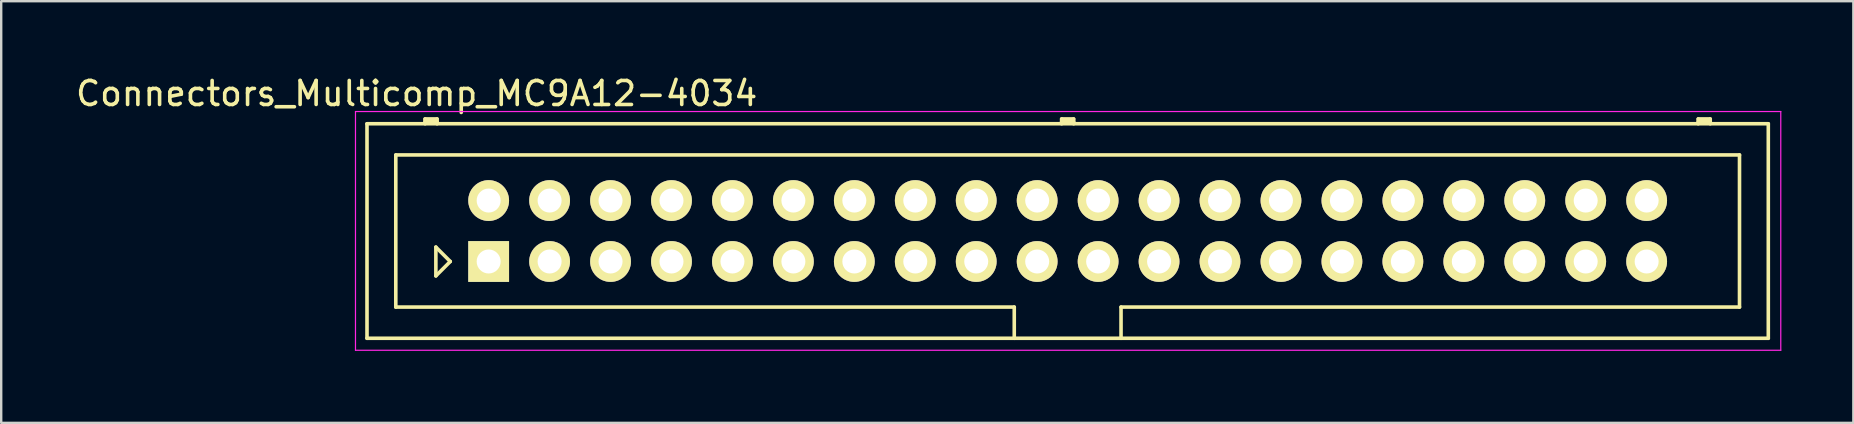
<source format=kicad_pcb>
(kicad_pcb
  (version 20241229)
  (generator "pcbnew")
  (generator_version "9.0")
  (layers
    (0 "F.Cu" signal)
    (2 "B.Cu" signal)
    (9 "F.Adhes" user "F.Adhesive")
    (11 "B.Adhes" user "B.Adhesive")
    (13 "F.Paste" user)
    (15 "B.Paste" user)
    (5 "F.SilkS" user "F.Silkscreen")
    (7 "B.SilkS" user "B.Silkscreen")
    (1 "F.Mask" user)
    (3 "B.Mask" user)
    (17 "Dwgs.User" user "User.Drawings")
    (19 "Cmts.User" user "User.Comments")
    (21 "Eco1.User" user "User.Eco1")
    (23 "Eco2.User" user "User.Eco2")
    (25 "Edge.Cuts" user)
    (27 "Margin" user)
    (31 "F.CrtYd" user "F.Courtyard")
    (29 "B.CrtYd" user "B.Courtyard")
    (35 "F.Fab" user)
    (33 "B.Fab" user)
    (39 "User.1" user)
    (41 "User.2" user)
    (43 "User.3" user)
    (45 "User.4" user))
  (footprint "Connectors_Multicomp_MC9A12-4034"
    (layer "F.Cu")
    (at 17.315 7.848)
    (property "Reference" "Connectors_Multicomp_MC9A12-4034" (at -3 -7 0) (layer "F.SilkS") (effects (font (size 1 1) (thickness 0.15))))
    (attr through_hole)
    (fp_line (start -5.07 -5.74) (end 53.33 -5.74) (stroke (width 0.15) (type solid)) (layer "F.SilkS"))
    (fp_line (start -5.07 3.2) (end -5.07 -5.74) (stroke (width 0.15) (type solid)) (layer "F.SilkS"))
    (fp_line (start -3.87 -4.44) (end 52.13 -4.44) (stroke (width 0.15) (type solid)) (layer "F.SilkS"))
    (fp_line (start -3.87 1.9) (end -3.87 -4.44) (stroke (width 0.15) (type solid)) (layer "F.SilkS"))
    (fp_line (start -2.65 -5.94) (end -2.15 -5.94) (stroke (width 0.15) (type solid)) (layer "F.SilkS"))
    (fp_line (start -2.65 -5.84) (end -2.15 -5.84) (stroke (width 0.15) (type solid)) (layer "F.SilkS"))
    (fp_line (start -2.65 -5.74) (end -2.65 -5.94) (stroke (width 0.15) (type solid)) (layer "F.SilkS"))
    (fp_line (start -2.2 -0.6) (end -1.6 0) (stroke (width 0.15) (type solid)) (layer "F.SilkS"))
    (fp_line (start -2.2 0.6) (end -2.2 -0.6) (stroke (width 0.15) (type solid)) (layer "F.SilkS"))
    (fp_line (start -2.15 -5.94) (end -2.15 -5.74) (stroke (width 0.15) (type solid)) (layer "F.SilkS"))
    (fp_line (start -1.6 0) (end -2.2 0.6) (stroke (width 0.15) (type solid)) (layer "F.SilkS"))
    (fp_line (start 21.905 1.9) (end -3.87 1.9) (stroke (width 0.15) (type solid)) (layer "F.SilkS"))
    (fp_line (start 21.905 3.2) (end 21.905 1.9) (stroke (width 0.15) (type solid)) (layer "F.SilkS"))
    (fp_line (start 23.88 -5.94) (end 24.38 -5.94) (stroke (width 0.15) (type solid)) (layer "F.SilkS"))
    (fp_line (start 23.88 -5.84) (end 24.38 -5.84) (stroke (width 0.15) (type solid)) (layer "F.SilkS"))
    (fp_line (start 23.88 -5.74) (end 23.88 -5.94) (stroke (width 0.15) (type solid)) (layer "F.SilkS"))
    (fp_line (start 24.38 -5.94) (end 24.38 -5.74) (stroke (width 0.15) (type solid)) (layer "F.SilkS"))
    (fp_line (start 26.355 1.9) (end 26.355 3.2) (stroke (width 0.15) (type solid)) (layer "F.SilkS"))
    (fp_line (start 50.41 -5.94) (end 50.91 -5.94) (stroke (width 0.15) (type solid)) (layer "F.SilkS"))
    (fp_line (start 50.41 -5.84) (end 50.91 -5.84) (stroke (width 0.15) (type solid)) (layer "F.SilkS"))
    (fp_line (start 50.41 -5.74) (end 50.41 -5.94) (stroke (width 0.15) (type solid)) (layer "F.SilkS"))
    (fp_line (start 50.91 -5.94) (end 50.91 -5.74) (stroke (width 0.15) (type solid)) (layer "F.SilkS"))
    (fp_line (start 52.13 -4.44) (end 52.13 1.9) (stroke (width 0.15) (type solid)) (layer "F.SilkS"))
    (fp_line (start 52.13 1.9) (end 26.355 1.9) (stroke (width 0.15) (type solid)) (layer "F.SilkS"))
    (fp_line (start 53.33 -5.74) (end 53.33 3.2) (stroke (width 0.15) (type solid)) (layer "F.SilkS"))
    (fp_line (start 53.33 3.2) (end -5.07 3.2) (stroke (width 0.15) (type solid)) (layer "F.SilkS"))
    (fp_line (start -5.55 -6.25) (end 53.85 -6.25) (stroke (width 0.05) (type solid)) (layer "F.CrtYd"))
    (fp_line (start -5.55 3.7) (end -5.55 -6.25) (stroke (width 0.05) (type solid)) (layer "F.CrtYd"))
    (fp_line (start 53.85 -6.25) (end 53.85 3.7) (stroke (width 0.05) (type solid)) (layer "F.CrtYd"))
    (fp_line (start 53.85 3.7) (end -5.55 3.7) (stroke (width 0.05) (type solid)) (layer "F.CrtYd"))
    (pad "1" thru_hole rect (at 0 0) (size 1.7 1.7) (drill 1) (layers "*.Cu" "*.Mask" "F.SilkS"))
    (pad "2" thru_hole circle (at 0 -2.54) (size 1.7 1.7) (drill 1) (layers "*.Cu" "*.Mask" "F.SilkS"))
    (pad "3" thru_hole circle (at 2.54 0) (size 1.7 1.7) (drill 1) (layers "*.Cu" "*.Mask" "F.SilkS"))
    (pad "4" thru_hole circle (at 2.54 -2.54) (size 1.7 1.7) (drill 1) (layers "*.Cu" "*.Mask" "F.SilkS"))
    (pad "5" thru_hole circle (at 5.08 0) (size 1.7 1.7) (drill 1) (layers "*.Cu" "*.Mask" "F.SilkS"))
    (pad "6" thru_hole circle (at 5.08 -2.54) (size 1.7 1.7) (drill 1) (layers "*.Cu" "*.Mask" "F.SilkS"))
    (pad "7" thru_hole circle (at 7.62 0) (size 1.7 1.7) (drill 1) (layers "*.Cu" "*.Mask" "F.SilkS"))
    (pad "8" thru_hole circle (at 7.62 -2.54) (size 1.7 1.7) (drill 1) (layers "*.Cu" "*.Mask" "F.SilkS"))
    (pad "9" thru_hole circle (at 10.16 0) (size 1.7 1.7) (drill 1) (layers "*.Cu" "*.Mask" "F.SilkS"))
    (pad "10" thru_hole circle (at 10.16 -2.54) (size 1.7 1.7) (drill 1) (layers "*.Cu" "*.Mask" "F.SilkS"))
    (pad "11" thru_hole circle (at 12.7 0) (size 1.7 1.7) (drill 1) (layers "*.Cu" "*.Mask" "F.SilkS"))
    (pad "12" thru_hole circle (at 12.7 -2.54) (size 1.7 1.7) (drill 1) (layers "*.Cu" "*.Mask" "F.SilkS"))
    (pad "13" thru_hole circle (at 15.24 0) (size 1.7 1.7) (drill 1) (layers "*.Cu" "*.Mask" "F.SilkS"))
    (pad "14" thru_hole circle (at 15.24 -2.54) (size 1.7 1.7) (drill 1) (layers "*.Cu" "*.Mask" "F.SilkS"))
    (pad "15" thru_hole circle (at 17.78 0) (size 1.7 1.7) (drill 1) (layers "*.Cu" "*.Mask" "F.SilkS"))
    (pad "16" thru_hole circle (at 17.78 -2.54) (size 1.7 1.7) (drill 1) (layers "*.Cu" "*.Mask" "F.SilkS"))
    (pad "17" thru_hole circle (at 20.32 0) (size 1.7 1.7) (drill 1) (layers "*.Cu" "*.Mask" "F.SilkS"))
    (pad "18" thru_hole circle (at 20.32 -2.54) (size 1.7 1.7) (drill 1) (layers "*.Cu" "*.Mask" "F.SilkS"))
    (pad "19" thru_hole circle (at 22.86 0) (size 1.7 1.7) (drill 1) (layers "*.Cu" "*.Mask" "F.SilkS"))
    (pad "20" thru_hole circle (at 22.86 -2.54) (size 1.7 1.7) (drill 1) (layers "*.Cu" "*.Mask" "F.SilkS"))
    (pad "21" thru_hole circle (at 25.4 0) (size 1.7 1.7) (drill 1) (layers "*.Cu" "*.Mask" "F.SilkS"))
    (pad "22" thru_hole circle (at 25.4 -2.54) (size 1.7 1.7) (drill 1) (layers "*.Cu" "*.Mask" "F.SilkS"))
    (pad "23" thru_hole circle (at 27.94 0) (size 1.7 1.7) (drill 1) (layers "*.Cu" "*.Mask" "F.SilkS"))
    (pad "24" thru_hole circle (at 27.94 -2.54) (size 1.7 1.7) (drill 1) (layers "*.Cu" "*.Mask" "F.SilkS"))
    (pad "25" thru_hole circle (at 30.48 0) (size 1.7 1.7) (drill 1) (layers "*.Cu" "*.Mask" "F.SilkS"))
    (pad "26" thru_hole circle (at 30.48 -2.54) (size 1.7 1.7) (drill 1) (layers "*.Cu" "*.Mask" "F.SilkS"))
    (pad "27" thru_hole circle (at 33.02 0) (size 1.7 1.7) (drill 1) (layers "*.Cu" "*.Mask" "F.SilkS"))
    (pad "28" thru_hole circle (at 33.02 -2.54) (size 1.7 1.7) (drill 1) (layers "*.Cu" "*.Mask" "F.SilkS"))
    (pad "29" thru_hole circle (at 35.56 0) (size 1.7 1.7) (drill 1) (layers "*.Cu" "*.Mask" "F.SilkS"))
    (pad "30" thru_hole circle (at 35.56 -2.54) (size 1.7 1.7) (drill 1) (layers "*.Cu" "*.Mask" "F.SilkS"))
    (pad "31" thru_hole circle (at 38.1 0) (size 1.7 1.7) (drill 1) (layers "*.Cu" "*.Mask" "F.SilkS"))
    (pad "32" thru_hole circle (at 38.1 -2.54) (size 1.7 1.7) (drill 1) (layers "*.Cu" "*.Mask" "F.SilkS"))
    (pad "33" thru_hole circle (at 40.64 0) (size 1.7 1.7) (drill 1) (layers "*.Cu" "*.Mask" "F.SilkS"))
    (pad "34" thru_hole circle (at 40.64 -2.54) (size 1.7 1.7) (drill 1) (layers "*.Cu" "*.Mask" "F.SilkS"))
    (pad "35" thru_hole circle (at 43.18 0) (size 1.7 1.7) (drill 1) (layers "*.Cu" "*.Mask" "F.SilkS"))
    (pad "36" thru_hole circle (at 43.18 -2.54) (size 1.7 1.7) (drill 1) (layers "*.Cu" "*.Mask" "F.SilkS"))
    (pad "37" thru_hole circle (at 45.72 0) (size 1.7 1.7) (drill 1) (layers "*.Cu" "*.Mask" "F.SilkS"))
    (pad "38" thru_hole circle (at 45.72 -2.54) (size 1.7 1.7) (drill 1) (layers "*.Cu" "*.Mask" "F.SilkS"))
    (pad "39" thru_hole circle (at 48.26 0) (size 1.7 1.7) (drill 1) (layers "*.Cu" "*.Mask" "F.SilkS"))
    (pad "40" thru_hole circle (at 48.26 -2.54) (size 1.7 1.7) (drill 1) (layers "*.Cu" "*.Mask" "F.SilkS")))
  (gr_rect
    (start -3 -3)
    (end 74.19 14.573)
    (stroke (width 0.1) (type default))
    (fill no)
    (layer "Edge.Cuts")))
</source>
